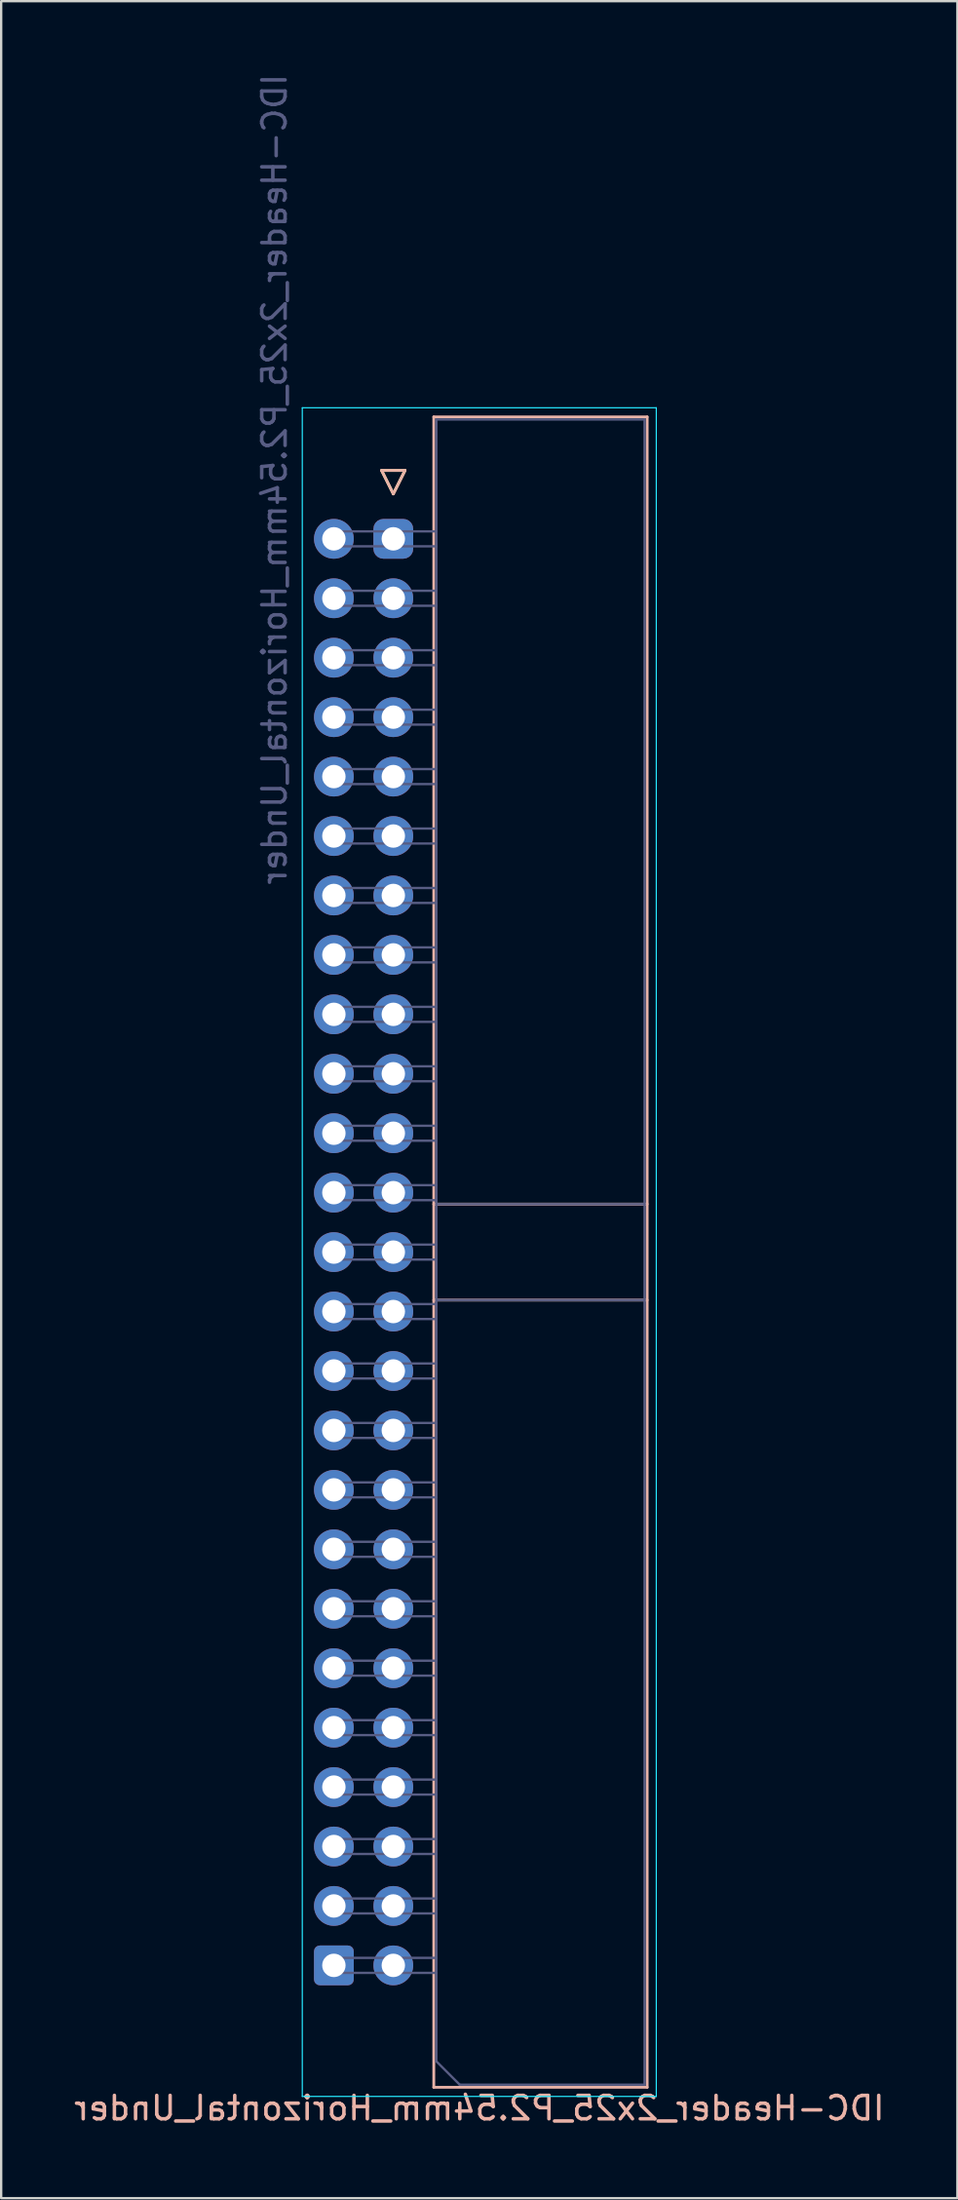
<source format=kicad_pcb>
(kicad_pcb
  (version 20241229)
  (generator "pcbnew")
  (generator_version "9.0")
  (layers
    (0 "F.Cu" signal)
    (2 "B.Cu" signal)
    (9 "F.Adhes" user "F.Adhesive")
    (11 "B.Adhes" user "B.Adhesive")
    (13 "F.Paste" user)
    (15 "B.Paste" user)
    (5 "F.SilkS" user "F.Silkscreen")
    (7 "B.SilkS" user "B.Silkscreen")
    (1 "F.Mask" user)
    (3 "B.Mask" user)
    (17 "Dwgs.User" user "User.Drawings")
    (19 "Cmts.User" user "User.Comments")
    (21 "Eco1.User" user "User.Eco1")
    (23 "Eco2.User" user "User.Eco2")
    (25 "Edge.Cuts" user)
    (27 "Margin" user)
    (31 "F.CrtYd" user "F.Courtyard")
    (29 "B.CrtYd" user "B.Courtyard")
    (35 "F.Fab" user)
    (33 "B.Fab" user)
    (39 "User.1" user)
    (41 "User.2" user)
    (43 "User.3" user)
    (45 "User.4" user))
  (footprint "IDC-Header_2x25_P2.54mm_Horizontal_Under"
    (layer "F.Cu")
    (at 11.22 17.435)
    (property "Reference" "IDC-Header_2x25_P2.54mm_Horizontal_Under" (at 6.215 69.6 0) (layer "B.SilkS") (effects (font (size 1 1) (thickness 0.15)) (justify mirror)))
    (attr through_hole)
    (fp_line (start 2.04 -0.382) (end 3.04 -0.382) (stroke (width 0.12) (type solid)) (layer "F.SilkS"))
    (fp_line (start 2.54 0.619) (end 2.04 -0.382) (stroke (width 0.12) (type solid)) (layer "F.SilkS"))
    (fp_line (start 3.04 -0.382) (end 2.54 0.619) (stroke (width 0.12) (type solid)) (layer "F.SilkS"))
    (fp_line (start 2.04 -0.382) (end 3.04 -0.382) (stroke (width 0.12) (type solid)) (layer "B.SilkS"))
    (fp_line (start 2.54 0.619) (end 2.04 -0.382) (stroke (width 0.12) (type solid)) (layer "B.SilkS"))
    (fp_line (start 3.04 -0.382) (end 2.54 0.619) (stroke (width 0.12) (type solid)) (layer "B.SilkS"))
    (fp_line (start 4.27 -2.67) (end 4.27 68.71) (stroke (width 0.12) (type solid)) (layer "B.SilkS"))
    (fp_line (start 4.27 30.97) (end 13.39 30.97) (stroke (width 0.12) (type solid)) (layer "B.SilkS"))
    (fp_line (start 4.27 35.07) (end 13.39 35.07) (stroke (width 0.12) (type solid)) (layer "B.SilkS"))
    (fp_line (start 4.27 68.71) (end 13.39 68.71) (stroke (width 0.12) (type solid)) (layer "B.SilkS"))
    (fp_line (start 13.39 -2.67) (end 4.27 -2.67) (stroke (width 0.12) (type solid)) (layer "B.SilkS"))
    (fp_line (start 13.39 68.71) (end 13.39 -2.67) (stroke (width 0.12) (type solid)) (layer "B.SilkS"))
    (fp_line (start -1.35 -3.06) (end 13.78 -3.06) (stroke (width 0.05) (type solid)) (layer "B.CrtYd"))
    (fp_line (start -1.35 69.1) (end -1.35 -3.06) (stroke (width 0.05) (type solid)) (layer "B.CrtYd"))
    (fp_line (start 13.78 -3.06) (end 13.78 69.1) (stroke (width 0.05) (type solid)) (layer "B.CrtYd"))
    (fp_line (start 13.78 69.1) (end -1.35 69.1) (stroke (width 0.05) (type solid)) (layer "B.CrtYd"))
    (fp_line (start -0.32 2.22) (end 4.38 2.22) (stroke (width 0.1) (type solid)) (layer "B.Fab"))
    (fp_line (start -0.32 2.86) (end -0.32 2.22) (stroke (width 0.1) (type solid)) (layer "B.Fab"))
    (fp_line (start -0.32 4.76) (end 4.38 4.76) (stroke (width 0.1) (type solid)) (layer "B.Fab"))
    (fp_line (start -0.32 5.4) (end -0.32 4.76) (stroke (width 0.1) (type solid)) (layer "B.Fab"))
    (fp_line (start -0.32 7.3) (end 4.38 7.3) (stroke (width 0.1) (type solid)) (layer "B.Fab"))
    (fp_line (start -0.32 7.94) (end -0.32 7.3) (stroke (width 0.1) (type solid)) (layer "B.Fab"))
    (fp_line (start -0.32 9.84) (end 4.38 9.84) (stroke (width 0.1) (type solid)) (layer "B.Fab"))
    (fp_line (start -0.32 10.48) (end -0.32 9.84) (stroke (width 0.1) (type solid)) (layer "B.Fab"))
    (fp_line (start -0.32 12.38) (end 4.38 12.38) (stroke (width 0.1) (type solid)) (layer "B.Fab"))
    (fp_line (start -0.32 13.02) (end -0.32 12.38) (stroke (width 0.1) (type solid)) (layer "B.Fab"))
    (fp_line (start -0.32 14.92) (end 4.38 14.92) (stroke (width 0.1) (type solid)) (layer "B.Fab"))
    (fp_line (start -0.32 15.56) (end -0.32 14.92) (stroke (width 0.1) (type solid)) (layer "B.Fab"))
    (fp_line (start -0.32 17.46) (end 4.38 17.46) (stroke (width 0.1) (type solid)) (layer "B.Fab"))
    (fp_line (start -0.32 18.1) (end -0.32 17.46) (stroke (width 0.1) (type solid)) (layer "B.Fab"))
    (fp_line (start -0.32 20) (end 4.38 20) (stroke (width 0.1) (type solid)) (layer "B.Fab"))
    (fp_line (start -0.32 20.64) (end -0.32 20) (stroke (width 0.1) (type solid)) (layer "B.Fab"))
    (fp_line (start -0.32 22.54) (end 4.38 22.54) (stroke (width 0.1) (type solid)) (layer "B.Fab"))
    (fp_line (start -0.32 23.18) (end -0.32 22.54) (stroke (width 0.1) (type solid)) (layer "B.Fab"))
    (fp_line (start -0.32 25.08) (end 4.38 25.08) (stroke (width 0.1) (type solid)) (layer "B.Fab"))
    (fp_line (start -0.32 25.72) (end -0.32 25.08) (stroke (width 0.1) (type solid)) (layer "B.Fab"))
    (fp_line (start -0.32 27.62) (end 4.38 27.62) (stroke (width 0.1) (type solid)) (layer "B.Fab"))
    (fp_line (start -0.32 28.26) (end -0.32 27.62) (stroke (width 0.1) (type solid)) (layer "B.Fab"))
    (fp_line (start -0.32 30.16) (end 4.38 30.16) (stroke (width 0.1) (type solid)) (layer "B.Fab"))
    (fp_line (start -0.32 30.8) (end -0.32 30.16) (stroke (width 0.1) (type solid)) (layer "B.Fab"))
    (fp_line (start -0.32 32.7) (end 4.38 32.7) (stroke (width 0.1) (type solid)) (layer "B.Fab"))
    (fp_line (start -0.32 33.34) (end -0.32 32.7) (stroke (width 0.1) (type solid)) (layer "B.Fab"))
    (fp_line (start -0.32 35.24) (end 4.38 35.24) (stroke (width 0.1) (type solid)) (layer "B.Fab"))
    (fp_line (start -0.32 35.88) (end -0.32 35.24) (stroke (width 0.1) (type solid)) (layer "B.Fab"))
    (fp_line (start -0.32 37.78) (end 4.38 37.78) (stroke (width 0.1) (type solid)) (layer "B.Fab"))
    (fp_line (start -0.32 38.42) (end -0.32 37.78) (stroke (width 0.1) (type solid)) (layer "B.Fab"))
    (fp_line (start -0.32 40.32) (end 4.38 40.32) (stroke (width 0.1) (type solid)) (layer "B.Fab"))
    (fp_line (start -0.32 40.96) (end -0.32 40.32) (stroke (width 0.1) (type solid)) (layer "B.Fab"))
    (fp_line (start -0.32 42.86) (end 4.38 42.86) (stroke (width 0.1) (type solid)) (layer "B.Fab"))
    (fp_line (start -0.32 43.5) (end -0.32 42.86) (stroke (width 0.1) (type solid)) (layer "B.Fab"))
    (fp_line (start -0.32 45.4) (end 4.38 45.4) (stroke (width 0.1) (type solid)) (layer "B.Fab"))
    (fp_line (start -0.32 46.04) (end -0.32 45.4) (stroke (width 0.1) (type solid)) (layer "B.Fab"))
    (fp_line (start -0.32 47.94) (end 4.38 47.94) (stroke (width 0.1) (type solid)) (layer "B.Fab"))
    (fp_line (start -0.32 48.58) (end -0.32 47.94) (stroke (width 0.1) (type solid)) (layer "B.Fab"))
    (fp_line (start -0.32 50.48) (end 4.38 50.48) (stroke (width 0.1) (type solid)) (layer "B.Fab"))
    (fp_line (start -0.32 51.12) (end -0.32 50.48) (stroke (width 0.1) (type solid)) (layer "B.Fab"))
    (fp_line (start -0.32 53.02) (end 4.38 53.02) (stroke (width 0.1) (type solid)) (layer "B.Fab"))
    (fp_line (start -0.32 53.66) (end -0.32 53.02) (stroke (width 0.1) (type solid)) (layer "B.Fab"))
    (fp_line (start -0.32 55.56) (end 4.38 55.56) (stroke (width 0.1) (type solid)) (layer "B.Fab"))
    (fp_line (start -0.32 56.2) (end -0.32 55.56) (stroke (width 0.1) (type solid)) (layer "B.Fab"))
    (fp_line (start -0.32 58.1) (end 4.38 58.1) (stroke (width 0.1) (type solid)) (layer "B.Fab"))
    (fp_line (start -0.32 58.74) (end -0.32 58.1) (stroke (width 0.1) (type solid)) (layer "B.Fab"))
    (fp_line (start -0.32 60.64) (end 4.38 60.64) (stroke (width 0.1) (type solid)) (layer "B.Fab"))
    (fp_line (start -0.32 61.28) (end -0.32 60.64) (stroke (width 0.1) (type solid)) (layer "B.Fab"))
    (fp_line (start -0.32 63.18) (end 4.38 63.18) (stroke (width 0.1) (type solid)) (layer "B.Fab"))
    (fp_line (start -0.32 63.82) (end -0.32 63.18) (stroke (width 0.1) (type solid)) (layer "B.Fab"))
    (fp_line (start 4.38 -2.56) (end 4.38 67.6) (stroke (width 0.1) (type solid)) (layer "B.Fab"))
    (fp_line (start 4.38 2.86) (end -0.32 2.86) (stroke (width 0.1) (type solid)) (layer "B.Fab"))
    (fp_line (start 4.38 5.4) (end -0.32 5.4) (stroke (width 0.1) (type solid)) (layer "B.Fab"))
    (fp_line (start 4.38 7.94) (end -0.32 7.94) (stroke (width 0.1) (type solid)) (layer "B.Fab"))
    (fp_line (start 4.38 10.48) (end -0.32 10.48) (stroke (width 0.1) (type solid)) (layer "B.Fab"))
    (fp_line (start 4.38 13.02) (end -0.32 13.02) (stroke (width 0.1) (type solid)) (layer "B.Fab"))
    (fp_line (start 4.38 15.56) (end -0.32 15.56) (stroke (width 0.1) (type solid)) (layer "B.Fab"))
    (fp_line (start 4.38 18.1) (end -0.32 18.1) (stroke (width 0.1) (type solid)) (layer "B.Fab"))
    (fp_line (start 4.38 20.64) (end -0.32 20.64) (stroke (width 0.1) (type solid)) (layer "B.Fab"))
    (fp_line (start 4.38 23.18) (end -0.32 23.18) (stroke (width 0.1) (type solid)) (layer "B.Fab"))
    (fp_line (start 4.38 25.72) (end -0.32 25.72) (stroke (width 0.1) (type solid)) (layer "B.Fab"))
    (fp_line (start 4.38 28.26) (end -0.32 28.26) (stroke (width 0.1) (type solid)) (layer "B.Fab"))
    (fp_line (start 4.38 30.8) (end -0.32 30.8) (stroke (width 0.1) (type solid)) (layer "B.Fab"))
    (fp_line (start 4.38 30.97) (end 13.28 30.97) (stroke (width 0.1) (type solid)) (layer "B.Fab"))
    (fp_line (start 4.38 33.34) (end -0.32 33.34) (stroke (width 0.1) (type solid)) (layer "B.Fab"))
    (fp_line (start 4.38 35.07) (end 13.28 35.07) (stroke (width 0.1) (type solid)) (layer "B.Fab"))
    (fp_line (start 4.38 35.88) (end -0.32 35.88) (stroke (width 0.1) (type solid)) (layer "B.Fab"))
    (fp_line (start 4.38 38.42) (end -0.32 38.42) (stroke (width 0.1) (type solid)) (layer "B.Fab"))
    (fp_line (start 4.38 40.96) (end -0.32 40.96) (stroke (width 0.1) (type solid)) (layer "B.Fab"))
    (fp_line (start 4.38 43.5) (end -0.32 43.5) (stroke (width 0.1) (type solid)) (layer "B.Fab"))
    (fp_line (start 4.38 46.04) (end -0.32 46.04) (stroke (width 0.1) (type solid)) (layer "B.Fab"))
    (fp_line (start 4.38 48.58) (end -0.32 48.58) (stroke (width 0.1) (type solid)) (layer "B.Fab"))
    (fp_line (start 4.38 51.12) (end -0.32 51.12) (stroke (width 0.1) (type solid)) (layer "B.Fab"))
    (fp_line (start 4.38 53.66) (end -0.32 53.66) (stroke (width 0.1) (type solid)) (layer "B.Fab"))
    (fp_line (start 4.38 56.2) (end -0.32 56.2) (stroke (width 0.1) (type solid)) (layer "B.Fab"))
    (fp_line (start 4.38 58.74) (end -0.32 58.74) (stroke (width 0.1) (type solid)) (layer "B.Fab"))
    (fp_line (start 4.38 61.28) (end -0.32 61.28) (stroke (width 0.1) (type solid)) (layer "B.Fab"))
    (fp_line (start 4.38 63.82) (end -0.32 63.82) (stroke (width 0.1) (type solid)) (layer "B.Fab"))
    (fp_line (start 4.38 67.6) (end 5.38 68.6) (stroke (width 0.1) (type solid)) (layer "B.Fab"))
    (fp_line (start 5.38 68.6) (end 13.28 68.6) (stroke (width 0.1) (type solid)) (layer "B.Fab"))
    (fp_line (start 13.28 -2.56) (end 4.38 -2.56) (stroke (width 0.1) (type solid)) (layer "B.Fab"))
    (fp_line (start 13.28 68.6) (end 13.28 -2.56) (stroke (width 0.1) (type solid)) (layer "B.Fab"))
    (fp_text user "${REFERENCE}" (at -2.54 0 270) (layer "B.Fab") (effects (font (size 1 1) (thickness 0.15)) (justify mirror)))
    (pad "1" thru_hole roundrect (at 2.54 2.54) (size 1.7 1.7) (drill 1) (layers "*.Cu" "*.Mask") (roundrect_rratio 0.25))
    (pad "2" thru_hole circle (at 0 2.54) (size 1.7 1.7) (drill 1) (layers "*.Cu" "*.Mask"))
    (pad "3" thru_hole circle (at 2.54 5.08) (size 1.7 1.7) (drill 1) (layers "*.Cu" "*.Mask"))
    (pad "4" thru_hole circle (at 0 5.08) (size 1.7 1.7) (drill 1) (layers "*.Cu" "*.Mask"))
    (pad "5" thru_hole circle (at 2.54 7.62) (size 1.7 1.7) (drill 1) (layers "*.Cu" "*.Mask"))
    (pad "6" thru_hole circle (at 0 7.62) (size 1.7 1.7) (drill 1) (layers "*.Cu" "*.Mask"))
    (pad "7" thru_hole circle (at 2.54 10.16) (size 1.7 1.7) (drill 1) (layers "*.Cu" "*.Mask"))
    (pad "8" thru_hole circle (at 0 10.16) (size 1.7 1.7) (drill 1) (layers "*.Cu" "*.Mask"))
    (pad "9" thru_hole circle (at 2.54 12.7) (size 1.7 1.7) (drill 1) (layers "*.Cu" "*.Mask"))
    (pad "10" thru_hole circle (at 0 12.7) (size 1.7 1.7) (drill 1) (layers "*.Cu" "*.Mask"))
    (pad "11" thru_hole circle (at 2.54 15.24) (size 1.7 1.7) (drill 1) (layers "*.Cu" "*.Mask"))
    (pad "12" thru_hole circle (at 0 15.24) (size 1.7 1.7) (drill 1) (layers "*.Cu" "*.Mask"))
    (pad "13" thru_hole circle (at 2.54 17.78) (size 1.7 1.7) (drill 1) (layers "*.Cu" "*.Mask"))
    (pad "14" thru_hole circle (at 0 17.78) (size 1.7 1.7) (drill 1) (layers "*.Cu" "*.Mask"))
    (pad "15" thru_hole circle (at 2.54 20.32) (size 1.7 1.7) (drill 1) (layers "*.Cu" "*.Mask"))
    (pad "16" thru_hole circle (at 0 20.32) (size 1.7 1.7) (drill 1) (layers "*.Cu" "*.Mask"))
    (pad "17" thru_hole circle (at 2.54 22.86) (size 1.7 1.7) (drill 1) (layers "*.Cu" "*.Mask"))
    (pad "18" thru_hole circle (at 0 22.86) (size 1.7 1.7) (drill 1) (layers "*.Cu" "*.Mask"))
    (pad "19" thru_hole circle (at 2.54 25.4) (size 1.7 1.7) (drill 1) (layers "*.Cu" "*.Mask"))
    (pad "20" thru_hole circle (at 0 25.4) (size 1.7 1.7) (drill 1) (layers "*.Cu" "*.Mask"))
    (pad "21" thru_hole circle (at 2.54 27.94) (size 1.7 1.7) (drill 1) (layers "*.Cu" "*.Mask"))
    (pad "22" thru_hole circle (at 0 27.94) (size 1.7 1.7) (drill 1) (layers "*.Cu" "*.Mask"))
    (pad "23" thru_hole circle (at 2.54 30.48) (size 1.7 1.7) (drill 1) (layers "*.Cu" "*.Mask"))
    (pad "24" thru_hole circle (at 0 30.48) (size 1.7 1.7) (drill 1) (layers "*.Cu" "*.Mask"))
    (pad "25" thru_hole circle (at 2.54 33.02) (size 1.7 1.7) (drill 1) (layers "*.Cu" "*.Mask"))
    (pad "26" thru_hole circle (at 0 33.02) (size 1.7 1.7) (drill 1) (layers "*.Cu" "*.Mask"))
    (pad "27" thru_hole circle (at 2.54 35.56) (size 1.7 1.7) (drill 1) (layers "*.Cu" "*.Mask"))
    (pad "28" thru_hole circle (at 0 35.56) (size 1.7 1.7) (drill 1) (layers "*.Cu" "*.Mask"))
    (pad "29" thru_hole circle (at 2.54 38.1) (size 1.7 1.7) (drill 1) (layers "*.Cu" "*.Mask"))
    (pad "30" thru_hole circle (at 0 38.1) (size 1.7 1.7) (drill 1) (layers "*.Cu" "*.Mask"))
    (pad "31" thru_hole circle (at 2.54 40.64) (size 1.7 1.7) (drill 1) (layers "*.Cu" "*.Mask"))
    (pad "32" thru_hole circle (at 0 40.64) (size 1.7 1.7) (drill 1) (layers "*.Cu" "*.Mask"))
    (pad "33" thru_hole circle (at 2.54 43.18) (size 1.7 1.7) (drill 1) (layers "*.Cu" "*.Mask"))
    (pad "34" thru_hole circle (at 0 43.18) (size 1.7 1.7) (drill 1) (layers "*.Cu" "*.Mask"))
    (pad "35" thru_hole circle (at 2.54 45.72) (size 1.7 1.7) (drill 1) (layers "*.Cu" "*.Mask"))
    (pad "36" thru_hole circle (at 0 45.72) (size 1.7 1.7) (drill 1) (layers "*.Cu" "*.Mask"))
    (pad "37" thru_hole circle (at 2.54 48.26) (size 1.7 1.7) (drill 1) (layers "*.Cu" "*.Mask"))
    (pad "38" thru_hole circle (at 0 48.26) (size 1.7 1.7) (drill 1) (layers "*.Cu" "*.Mask"))
    (pad "39" thru_hole circle (at 2.54 50.8) (size 1.7 1.7) (drill 1) (layers "*.Cu" "*.Mask"))
    (pad "40" thru_hole circle (at 0 50.8) (size 1.7 1.7) (drill 1) (layers "*.Cu" "*.Mask"))
    (pad "41" thru_hole circle (at 2.54 53.34) (size 1.7 1.7) (drill 1) (layers "*.Cu" "*.Mask"))
    (pad "42" thru_hole circle (at 0 53.34) (size 1.7 1.7) (drill 1) (layers "*.Cu" "*.Mask"))
    (pad "43" thru_hole circle (at 2.54 55.88) (size 1.7 1.7) (drill 1) (layers "*.Cu" "*.Mask"))
    (pad "44" thru_hole circle (at 0 55.88) (size 1.7 1.7) (drill 1) (layers "*.Cu" "*.Mask"))
    (pad "45" thru_hole circle (at 2.54 58.42) (size 1.7 1.7) (drill 1) (layers "*.Cu" "*.Mask"))
    (pad "46" thru_hole circle (at 0 58.42) (size 1.7 1.7) (drill 1) (layers "*.Cu" "*.Mask"))
    (pad "47" thru_hole circle (at 2.54 60.96) (size 1.7 1.7) (drill 1) (layers "*.Cu" "*.Mask"))
    (pad "48" thru_hole circle (at 0 60.96) (size 1.7 1.7) (drill 1) (layers "*.Cu" "*.Mask"))
    (pad "49" thru_hole circle (at 2.54 63.5) (size 1.7 1.7) (drill 1) (layers "*.Cu" "*.Mask"))
    (pad "50" thru_hole roundrect (at 0 63.5) (size 1.7 1.7) (drill 1) (layers "*.Cu" "*.Mask") (roundrect_rratio 0.147)))
  (gr_rect
    (start -3 -3)
    (end 37.869 90.883)
    (stroke (width 0.1) (type default))
    (fill no)
    (layer "Edge.Cuts")))
</source>
